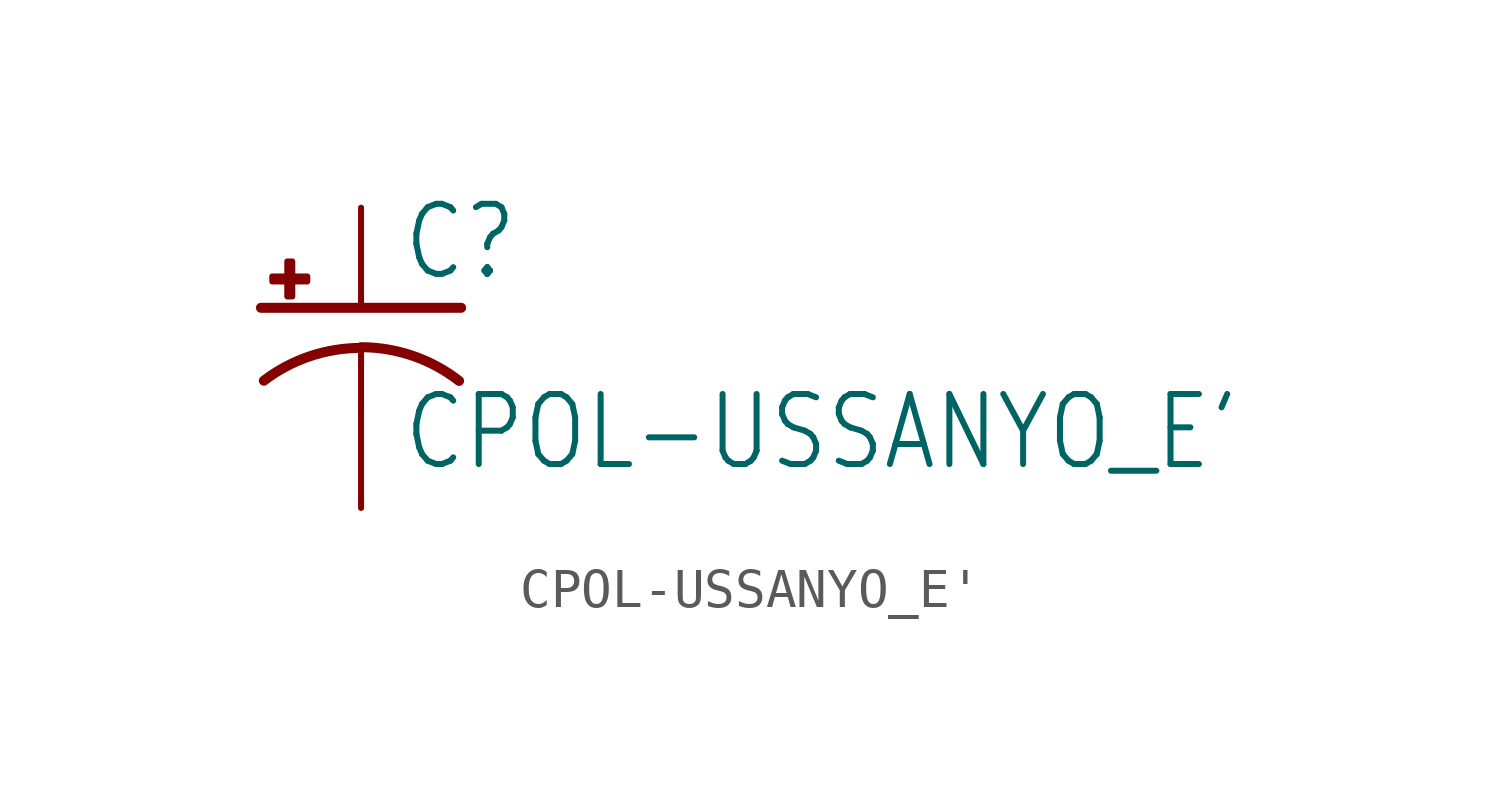
<source format=kicad_sym>
(kicad_symbol_lib
  (version 20220914)
  (generator kicad_symbol_editor)
  (symbol "CPOL-USSANYO_E'"
    (property "Reference" "C"
      (at 1.016 0.635 0)
      (effects (font (size 1.778 1.511)) (justify left bottom)))
    (property "Value" "CPOL-USSANYO_E'"
      (at 1.016 -4.191 0)
      (effects (font (size 1.778 1.511)) (justify left bottom)))
    (property "ki_locked" ""
      (at 0 0 0)
      (effects (font (size 1.27 1.27))))
    (symbol "CPOL-USSANYO_E'_1_0"
      (rectangle (start -2.253 0.668) (end -1.364 0.795) (stroke (width 0) (type default)) (fill (type outline)))
      (rectangle (start -1.872 0.287) (end -1.745 1.176) (stroke (width 0) (type default)) (fill (type outline)))
      (arc (start 0 -1.0161) (mid -1.3021 -1.2302) (end -2.4669 -1.8504) (stroke (width 0.254) (type default)) (fill (type none)))
      (polyline (pts (xy -2.54 0) (xy 2.54 0)) (stroke (width 0.254) (type default)) (fill (type none)))
      (polyline (pts (xy 0 -1.016) (xy 0 -2.54)) (stroke (width 0.152) (type default)) (fill (type none)))
      (arc (start 2.4892 -1.8542) (mid 1.3158 -1.2195) (end 0 -1) (stroke (width 0.254) (type default)) (fill (type none)))
      (pin passive line (at 0 2.54 270) (length 2.54) (name "+" (effects (font (size 0 0)))) (number "+" (effects (font (size 0 0)))))
      (pin passive line (at 0 -5.08 90) (length 2.54) (name "-" (effects (font (size 0 0)))) (number "-" (effects (font (size 0 0))))))))
</source>
